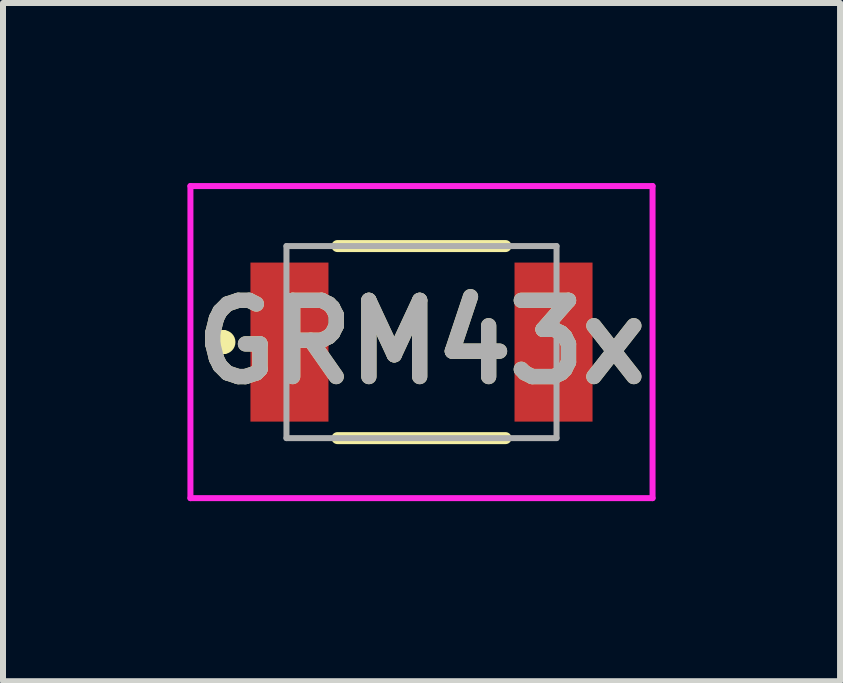
<source format=kicad_pcb>
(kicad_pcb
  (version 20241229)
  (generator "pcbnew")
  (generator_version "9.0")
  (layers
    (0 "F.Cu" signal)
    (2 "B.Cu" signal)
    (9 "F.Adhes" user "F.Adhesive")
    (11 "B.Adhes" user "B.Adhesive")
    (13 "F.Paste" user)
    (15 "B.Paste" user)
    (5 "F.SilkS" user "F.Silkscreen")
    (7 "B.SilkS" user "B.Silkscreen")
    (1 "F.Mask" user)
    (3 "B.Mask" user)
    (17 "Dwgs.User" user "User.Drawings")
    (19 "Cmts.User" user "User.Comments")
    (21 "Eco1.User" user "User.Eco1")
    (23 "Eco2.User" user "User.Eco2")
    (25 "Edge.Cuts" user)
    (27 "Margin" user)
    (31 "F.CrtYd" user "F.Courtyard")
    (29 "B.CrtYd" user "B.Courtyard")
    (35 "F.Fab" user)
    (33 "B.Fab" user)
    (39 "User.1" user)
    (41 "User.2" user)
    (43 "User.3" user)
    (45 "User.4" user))
  (footprint "GRM43x"
    (layer "F.Cu")
    (at 3.973 2.65)
    (property "Reference" "GRM43x" (at 0 0 0) (layer "F.SilkS") (effects (font (size 1.27 1.27) (thickness 0.254))))
    (attr smd)
    (fp_line (start -3.3 -0.1) (end -3.3 -0.1) (stroke (width 0.2) (type solid)) (layer "F.SilkS"))
    (fp_line (start -3.3 0.1) (end -3.3 0.1) (stroke (width 0.2) (type solid)) (layer "F.SilkS"))
    (fp_line (start -1.4 -1.6) (end 1.4 -1.6) (stroke (width 0.2) (type solid)) (layer "F.SilkS"))
    (fp_line (start -1.4 1.6) (end 1.4 1.6) (stroke (width 0.2) (type solid)) (layer "F.SilkS"))
    (fp_arc (start -3.3 -0.1) (mid -3.2 0) (end -3.3 0.1) (stroke (width 0.2) (type solid)) (layer "F.SilkS"))
    (fp_arc (start -3.3 0.1) (mid -3.4 0) (end -3.3 -0.1) (stroke (width 0.2) (type solid)) (layer "F.SilkS"))
    (fp_line (start -3.85 -2.6) (end 3.85 -2.6) (stroke (width 0.1) (type solid)) (layer "F.CrtYd"))
    (fp_line (start -3.85 2.6) (end -3.85 -2.6) (stroke (width 0.1) (type solid)) (layer "F.CrtYd"))
    (fp_line (start 3.85 -2.6) (end 3.85 2.6) (stroke (width 0.1) (type solid)) (layer "F.CrtYd"))
    (fp_line (start 3.85 2.6) (end -3.85 2.6) (stroke (width 0.1) (type solid)) (layer "F.CrtYd"))
    (fp_line (start -2.25 -1.6) (end 2.25 -1.6) (stroke (width 0.1) (type solid)) (layer "F.Fab"))
    (fp_line (start -2.25 1.6) (end -2.25 -1.6) (stroke (width 0.1) (type solid)) (layer "F.Fab"))
    (fp_line (start 2.25 -1.6) (end 2.25 1.6) (stroke (width 0.1) (type solid)) (layer "F.Fab"))
    (fp_line (start 2.25 1.6) (end -2.25 1.6) (stroke (width 0.1) (type solid)) (layer "F.Fab"))
    (fp_text user "${REFERENCE}" (at 0 0 0) (layer "F.Fab") (effects (font (size 1.27 1.27) (thickness 0.254))))
    (pad "1" smd rect (at -2.2 0) (size 1.3 2.65) (layers "F.Cu" "F.Mask" "F.Paste"))
    (pad "2" smd rect (at 2.2 0) (size 1.3 2.65) (layers "F.Cu" "F.Mask" "F.Paste")))
  (gr_rect
    (start -3 -3)
    (end 10.947 8.3)
    (stroke (width 0.1) (type default))
    (fill no)
    (layer "Edge.Cuts")))
</source>
